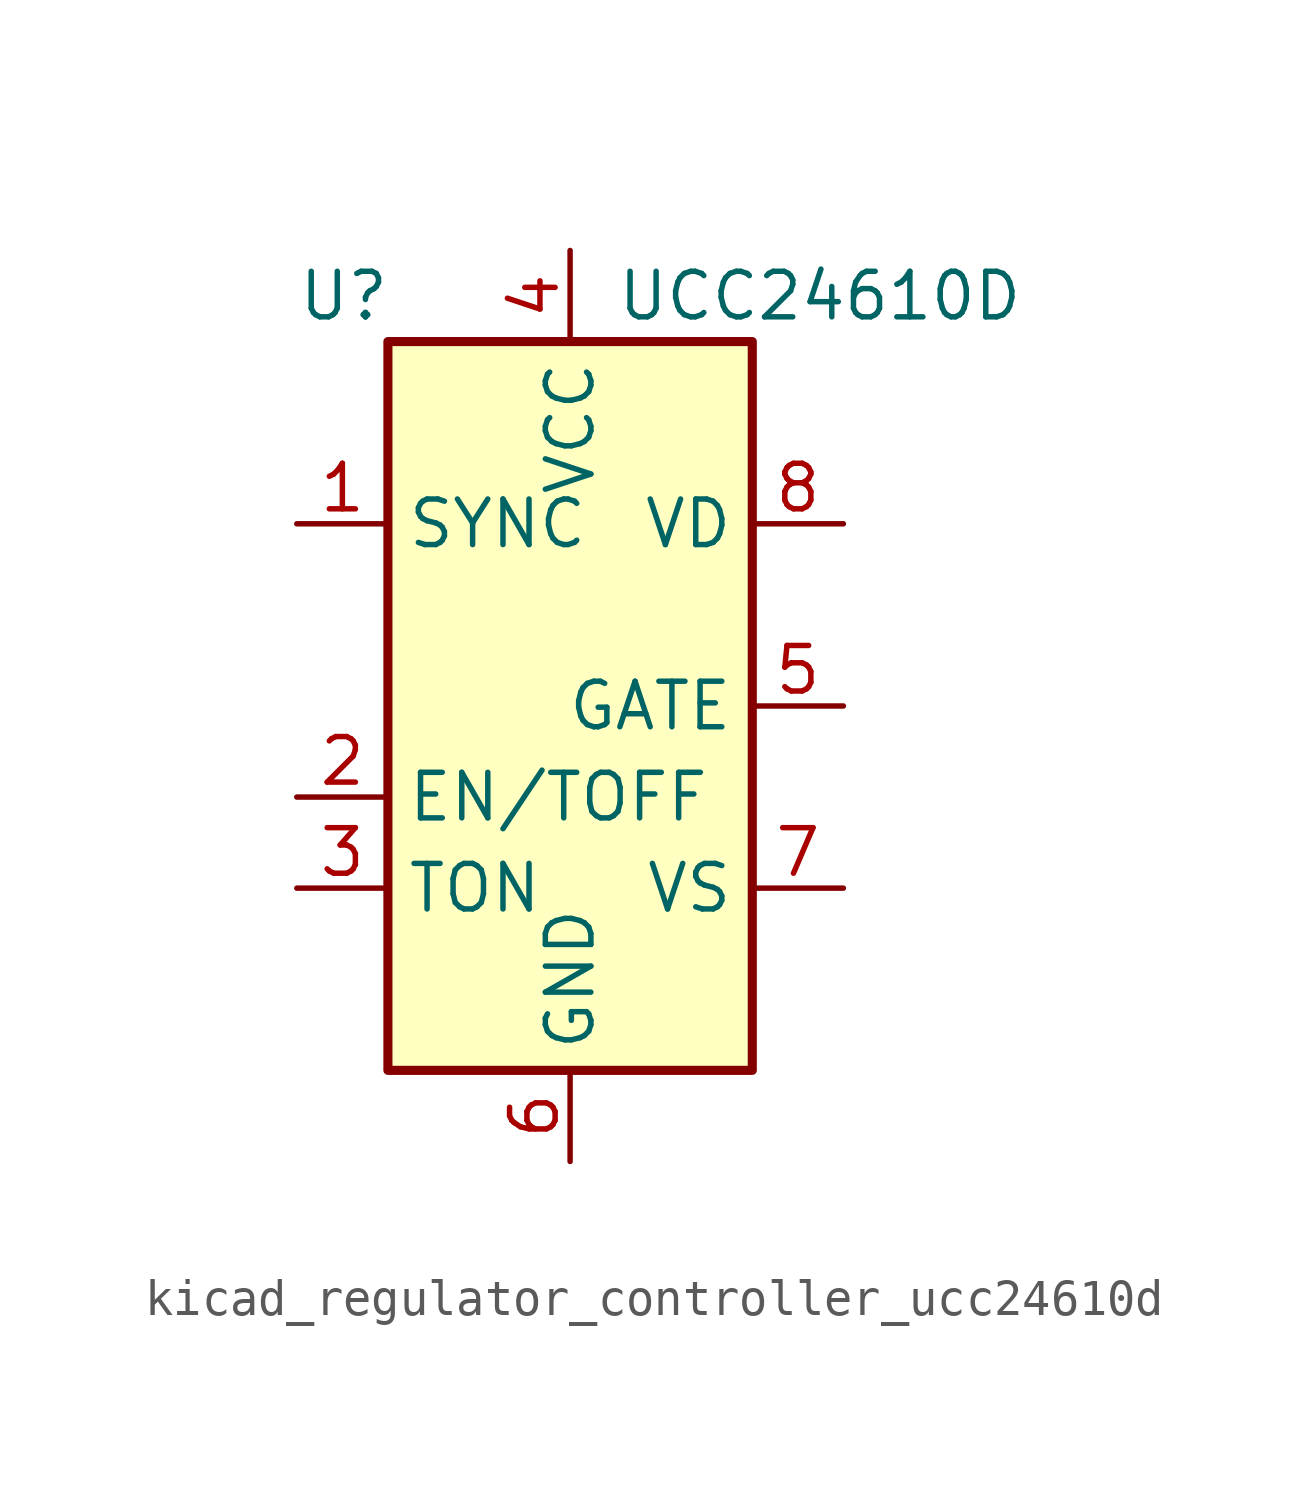
<source format=kicad_sym>
(kicad_symbol_lib
  (version 20220914)
  (generator kicad_symbol_editor)
  (symbol "kicad_regulator_controller_ucc24610d"
    (property "Reference" "U"
      (at -7.62 11.43 0)
      (effects (font (size 1.27 1.27)) (justify left)))
    (property "Value" "UCC24610D"
      (at 1.27 11.43 0)
      (effects (font (size 1.27 1.27)) (justify left)))
    (symbol "kicad_regulator_controller_ucc24610d_0_1"
      (rectangle (start -5.08 -10.16) (end 5.08 10.16) (stroke (width 0.254) (type default)) (fill (type background))))
    (symbol "kicad_regulator_controller_ucc24610d_1_1"
      (pin input line (at -7.62 5.08 0) (length 2.54) (name "SYNC" (effects (font (size 1.27 1.27)))) (number "1" (effects (font (size 1.27 1.27)))))
      (pin input line (at -7.62 -2.54 0) (length 2.54) (name "EN/TOFF" (effects (font (size 1.27 1.27)))) (number "2" (effects (font (size 1.27 1.27)))))
      (pin input line (at -7.62 -5.08 0) (length 2.54) (name "TON" (effects (font (size 1.27 1.27)))) (number "3" (effects (font (size 1.27 1.27)))))
      (pin power_in line (at 0 12.7 270) (length 2.54) (name "VCC" (effects (font (size 1.27 1.27)))) (number "4" (effects (font (size 1.27 1.27)))))
      (pin output line (at 7.62 0 180) (length 2.54) (name "GATE" (effects (font (size 1.27 1.27)))) (number "5" (effects (font (size 1.27 1.27)))))
      (pin power_in line (at 0 -12.7 90) (length 2.54) (name "GND" (effects (font (size 1.27 1.27)))) (number "6" (effects (font (size 1.27 1.27)))))
      (pin input line (at 7.62 -5.08 180) (length 2.54) (name "VS" (effects (font (size 1.27 1.27)))) (number "7" (effects (font (size 1.27 1.27)))))
      (pin input line (at 7.62 5.08 180) (length 2.54) (name "VD" (effects (font (size 1.27 1.27)))) (number "8" (effects (font (size 1.27 1.27))))))))
</source>
